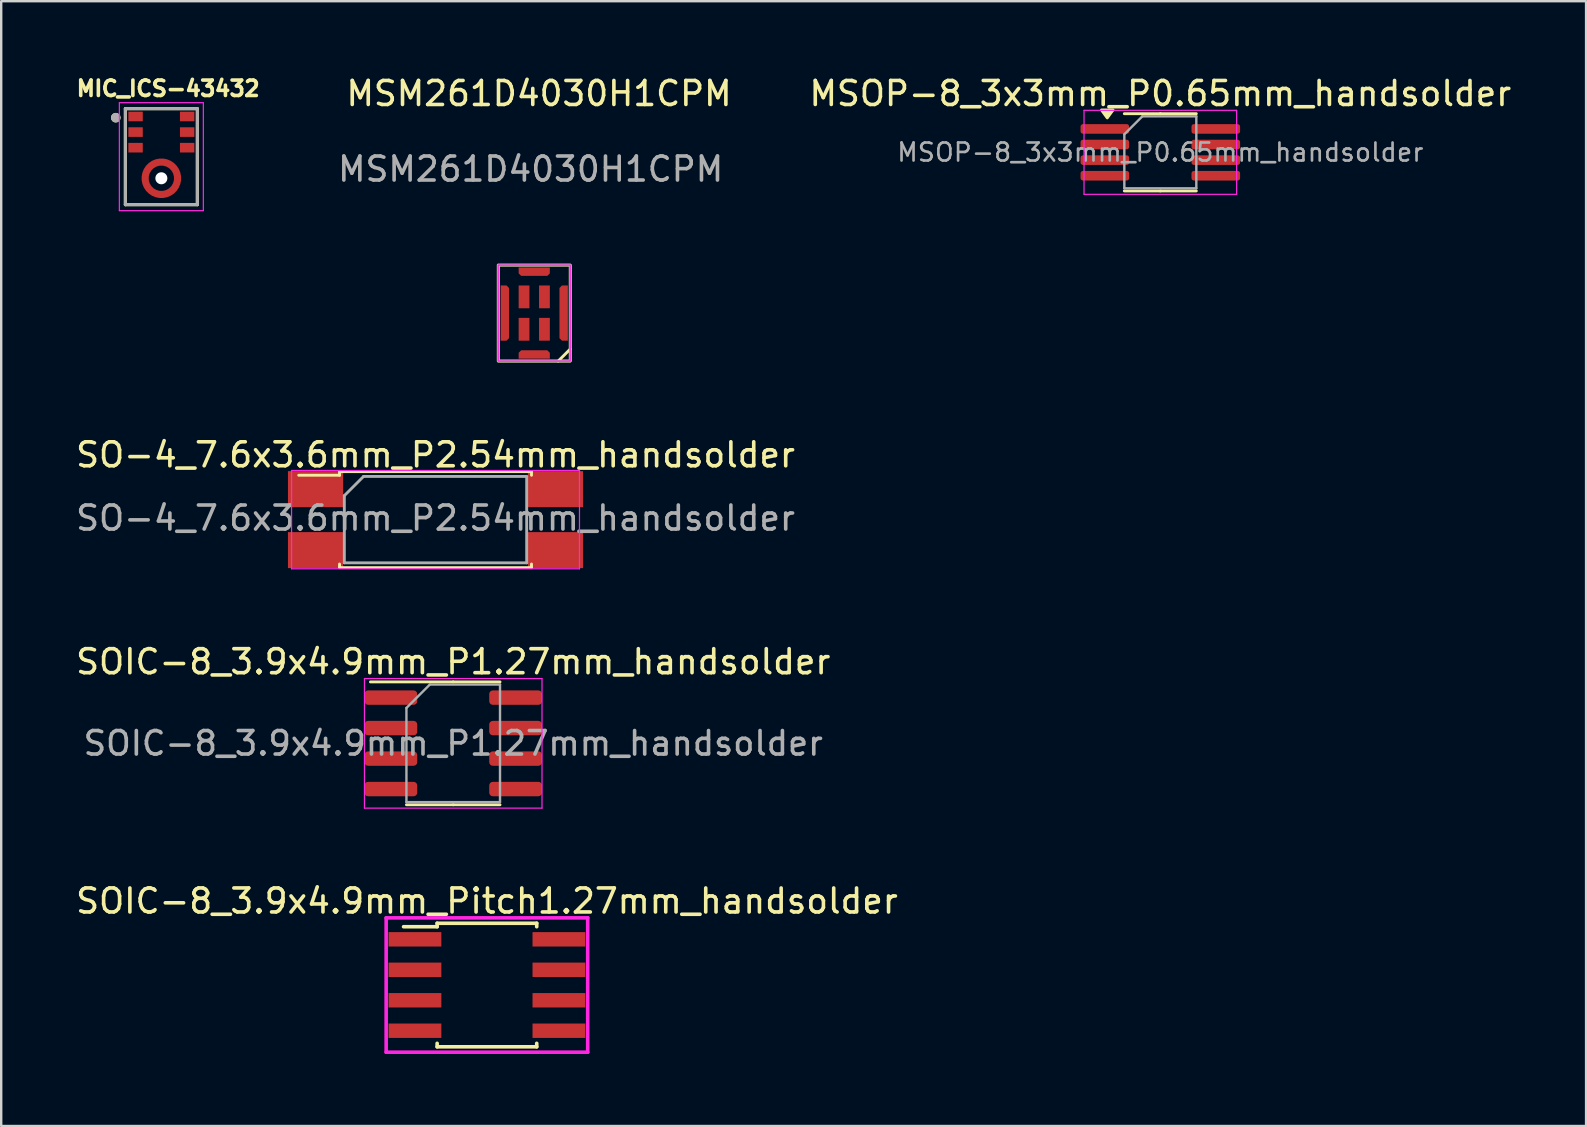
<source format=kicad_pcb>
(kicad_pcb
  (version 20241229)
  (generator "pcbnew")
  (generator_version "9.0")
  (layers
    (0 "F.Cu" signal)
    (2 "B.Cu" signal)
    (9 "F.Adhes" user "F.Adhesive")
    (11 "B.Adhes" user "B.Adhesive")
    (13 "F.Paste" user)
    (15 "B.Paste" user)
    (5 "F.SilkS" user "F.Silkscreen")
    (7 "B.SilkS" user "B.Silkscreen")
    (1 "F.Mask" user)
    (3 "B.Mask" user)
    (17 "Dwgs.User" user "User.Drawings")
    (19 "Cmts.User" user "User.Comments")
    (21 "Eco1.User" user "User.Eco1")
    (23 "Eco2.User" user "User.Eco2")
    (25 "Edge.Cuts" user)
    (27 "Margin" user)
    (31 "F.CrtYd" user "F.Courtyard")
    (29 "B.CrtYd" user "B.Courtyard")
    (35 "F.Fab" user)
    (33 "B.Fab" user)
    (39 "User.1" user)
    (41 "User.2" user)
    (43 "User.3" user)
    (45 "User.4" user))
  (footprint "SO-4_7.6x3.6mm_P2.54mm_handsolder"
    (layer "F.Cu")
    (at 15.101 18.607)
    (property "Reference" "SO-4_7.6x3.6mm_P2.54mm_handsolder" (at 0 -2.7 0) (layer "F.SilkS") (effects (font (size 1 1) (thickness 0.15))))
    (attr smd)
    (fp_line (start -4 -2) (end 4 -2) (stroke (width 0.12) (type solid)) (layer "F.SilkS"))
    (fp_line (start -4 -1.85) (end -5.7 -1.85) (stroke (width 0.12) (type solid)) (layer "F.SilkS"))
    (fp_line (start -4 -1.85) (end -4 -2) (stroke (width 0.12) (type solid)) (layer "F.SilkS"))
    (fp_line (start -4 2) (end -4 1.85) (stroke (width 0.12) (type solid)) (layer "F.SilkS"))
    (fp_line (start 4 -2) (end 4 -1.85) (stroke (width 0.12) (type solid)) (layer "F.SilkS"))
    (fp_line (start 4 1.85) (end 4 2) (stroke (width 0.12) (type solid)) (layer "F.SilkS"))
    (fp_line (start 4 2) (end -4 2) (stroke (width 0.12) (type solid)) (layer "F.SilkS"))
    (fp_line (start -6 -2.05) (end -6 2.05) (stroke (width 0.05) (type solid)) (layer "F.CrtYd"))
    (fp_line (start -6 -2.05) (end 6 -2.05) (stroke (width 0.05) (type solid)) (layer "F.CrtYd"))
    (fp_line (start 6 2.05) (end -6 2.05) (stroke (width 0.05) (type solid)) (layer "F.CrtYd"))
    (fp_line (start 6 2.05) (end 6 -2.05) (stroke (width 0.05) (type solid)) (layer "F.CrtYd"))
    (fp_line (start -3.8 -1) (end -3 -1.8) (stroke (width 0.12) (type solid)) (layer "F.Fab"))
    (fp_line (start -3.8 1.8) (end -3.8 -1) (stroke (width 0.12) (type solid)) (layer "F.Fab"))
    (fp_line (start -3 -1.8) (end 3.8 -1.8) (stroke (width 0.12) (type solid)) (layer "F.Fab"))
    (fp_line (start 3.8 -1.8) (end 3.8 1.8) (stroke (width 0.12) (type solid)) (layer "F.Fab"))
    (fp_line (start 3.8 1.8) (end -3.8 1.8) (stroke (width 0.12) (type solid)) (layer "F.Fab"))
    (fp_text user "${REFERENCE}" (at 0 -0.065 0) (layer "F.Fab") (effects (font (size 1 1) (thickness 0.15))))
    (pad "1" smd rect (at -5 -1.27) (size 2.3 1.5) (layers "F.Cu" "F.Mask" "F.Paste"))
    (pad "2" smd rect (at -5 1.27) (size 2.3 1.5) (layers "F.Cu" "F.Mask" "F.Paste"))
    (pad "3" smd rect (at 5 1.27) (size 2.3 1.5) (layers "F.Cu" "F.Mask" "F.Paste"))
    (pad "4" smd rect (at 5 -1.27) (size 2.3 1.5) (layers "F.Cu" "F.Mask" "F.Paste")))
  (footprint "SOIC-8_3.9x4.9mm_Pitch1.27mm_handsolder"
    (layer "F.Cu")
    (at 17.244 38.003)
    (property "Reference" "SOIC-8_3.9x4.9mm_Pitch1.27mm_handsolder" (at 0 -3.5 0) (layer "F.SilkS") (effects (font (size 1 1) (thickness 0.15))))
    (attr smd)
    (fp_line (start -2.075 -2.575) (end -2.075 -2.43) (stroke (width 0.15) (type solid)) (layer "F.SilkS"))
    (fp_line (start -2.075 -2.575) (end 2.075 -2.575) (stroke (width 0.15) (type solid)) (layer "F.SilkS"))
    (fp_line (start -2.075 -2.43) (end -3.475 -2.43) (stroke (width 0.15) (type solid)) (layer "F.SilkS"))
    (fp_line (start -2.075 2.575) (end -2.075 2.43) (stroke (width 0.15) (type solid)) (layer "F.SilkS"))
    (fp_line (start -2.075 2.575) (end 2.075 2.575) (stroke (width 0.15) (type solid)) (layer "F.SilkS"))
    (fp_line (start 2.075 -2.575) (end 2.075 -2.43) (stroke (width 0.15) (type solid)) (layer "F.SilkS"))
    (fp_line (start 2.075 2.575) (end 2.075 2.43) (stroke (width 0.15) (type solid)) (layer "F.SilkS"))
    (fp_line (start -4.2 -2.8) (end -4.2 2.8) (stroke (width 0.15) (type solid)) (layer "F.CrtYd"))
    (fp_line (start -4.2 2.8) (end 4.2 2.8) (stroke (width 0.15) (type solid)) (layer "F.CrtYd"))
    (fp_line (start 4.2 -2.8) (end -4.2 -2.8) (stroke (width 0.15) (type solid)) (layer "F.CrtYd"))
    (fp_line (start 4.2 2.8) (end 4.2 -2.8) (stroke (width 0.15) (type solid)) (layer "F.CrtYd"))
    (pad "1" smd rect (at -3 -1.905) (size 2.2 0.6) (layers "F.Cu" "F.Mask" "F.Paste"))
    (pad "2" smd rect (at -3 -0.635) (size 2.2 0.6) (layers "F.Cu" "F.Mask" "F.Paste"))
    (pad "3" smd rect (at -3 0.635) (size 2.2 0.6) (layers "F.Cu" "F.Mask" "F.Paste"))
    (pad "4" smd rect (at -3 1.905) (size 2.2 0.6) (layers "F.Cu" "F.Mask" "F.Paste"))
    (pad "5" smd rect (at 3 1.905) (size 2.2 0.6) (layers "F.Cu" "F.Mask" "F.Paste"))
    (pad "6" smd rect (at 3 0.635) (size 2.2 0.6) (layers "F.Cu" "F.Mask" "F.Paste"))
    (pad "7" smd rect (at 3 -0.635) (size 2.2 0.6) (layers "F.Cu" "F.Mask" "F.Paste"))
    (pad "8" smd rect (at 3 -1.905) (size 2.2 0.6) (layers "F.Cu" "F.Mask" "F.Paste")))
  (footprint "MSOP-8_3x3mm_P0.65mm_handsolder"
    (layer "F.Cu")
    (at 45.309 3.298)
    (property "Reference" "MSOP-8_3x3mm_P0.65mm_handsolder" (at 0 -2.45 0) (layer "F.SilkS") (effects (font (size 1 1) (thickness 0.15))))
    (attr smd)
    (fp_line (start 0 -1.61) (end -1.5 -1.61) (stroke (width 0.12) (type solid)) (layer "F.SilkS"))
    (fp_line (start 0 -1.61) (end 1.5 -1.61) (stroke (width 0.12) (type solid)) (layer "F.SilkS"))
    (fp_line (start 0 1.61) (end -1.5 1.61) (stroke (width 0.12) (type solid)) (layer "F.SilkS"))
    (fp_line (start 0 1.61) (end 1.5 1.61) (stroke (width 0.12) (type solid)) (layer "F.SilkS"))
    (fp_poly (pts (xy -2.212 -1.435) (xy -2.453 -1.765) (xy -1.972 -1.765) (xy -2.212 -1.435)) (stroke (width 0.12) (type solid)) (fill yes) (layer "F.SilkS"))
    (fp_line (start -3.18 -1.75) (end -3.18 1.75) (stroke (width 0.05) (type solid)) (layer "F.CrtYd"))
    (fp_line (start -3.18 1.75) (end 3.18 1.75) (stroke (width 0.05) (type solid)) (layer "F.CrtYd"))
    (fp_line (start 3.18 -1.75) (end -3.18 -1.75) (stroke (width 0.05) (type solid)) (layer "F.CrtYd"))
    (fp_line (start 3.18 1.75) (end 3.18 -1.75) (stroke (width 0.05) (type solid)) (layer "F.CrtYd"))
    (fp_line (start -1.5 -0.75) (end -0.75 -1.5) (stroke (width 0.1) (type solid)) (layer "F.Fab"))
    (fp_line (start -1.5 1.5) (end -1.5 -0.75) (stroke (width 0.1) (type solid)) (layer "F.Fab"))
    (fp_line (start -0.75 -1.5) (end 1.5 -1.5) (stroke (width 0.1) (type solid)) (layer "F.Fab"))
    (fp_line (start 1.5 -1.5) (end 1.5 1.5) (stroke (width 0.1) (type solid)) (layer "F.Fab"))
    (fp_line (start 1.5 1.5) (end -1.5 1.5) (stroke (width 0.1) (type solid)) (layer "F.Fab"))
    (fp_text user "${REFERENCE}" (at 0 0 0) (layer "F.Fab") (effects (font (size 0.75 0.75) (thickness 0.11))))
    (pad "1" smd roundrect (at -2.312 -0.975) (size 2.025 0.4) (layers "F.Cu" "F.Mask" "F.Paste") (roundrect_rratio 0.25))
    (pad "2" smd roundrect (at -2.312 -0.325) (size 2.025 0.4) (layers "F.Cu" "F.Mask" "F.Paste") (roundrect_rratio 0.25))
    (pad "3" smd roundrect (at -2.312 0.325) (size 2.025 0.4) (layers "F.Cu" "F.Mask" "F.Paste") (roundrect_rratio 0.25))
    (pad "4" smd roundrect (at -2.312 0.975) (size 2.025 0.4) (layers "F.Cu" "F.Mask" "F.Paste") (roundrect_rratio 0.25))
    (pad "5" smd roundrect (at 2.312 0.975) (size 2.025 0.4) (layers "F.Cu" "F.Mask" "F.Paste") (roundrect_rratio 0.25))
    (pad "6" smd roundrect (at 2.312 0.325) (size 2.025 0.4) (layers "F.Cu" "F.Mask" "F.Paste") (roundrect_rratio 0.25))
    (pad "7" smd roundrect (at 2.312 -0.325) (size 2.025 0.4) (layers "F.Cu" "F.Mask" "F.Paste") (roundrect_rratio 0.25))
    (pad "8" smd roundrect (at 2.312 -0.975) (size 2.025 0.4) (layers "F.Cu" "F.Mask" "F.Paste") (roundrect_rratio 0.25)))
  (footprint "MIC_ICS-43432"
    (layer "F.Cu")
    (at 3.675 3.48)
    (property "Reference" "MIC_ICS-43432" (at 0.283 -2.841 0) (layer "F.SilkS") (effects (font (size 0.643 0.643) (thickness 0.15))))
    (attr through_hole)
    (fp_circle (center 0 0.9) (end 0.67 0.9) (stroke (width 0.5) (type solid)) (fill no) (layer "F.Mask"))
    (fp_line (start -1.5 -2) (end 1.5 -2) (stroke (width 0.127) (type solid)) (layer "F.SilkS"))
    (fp_line (start -1.5 2) (end -1.5 -2) (stroke (width 0.127) (type solid)) (layer "F.SilkS"))
    (fp_line (start 1.5 -2) (end 1.5 2) (stroke (width 0.127) (type solid)) (layer "F.SilkS"))
    (fp_line (start 1.5 2) (end -1.5 2) (stroke (width 0.127) (type solid)) (layer "F.SilkS"))
    (fp_circle (center -1.9 -1.625) (end -1.8 -1.625) (stroke (width 0.2) (type solid)) (fill no) (layer "F.SilkS"))
    (fp_arc (start -0.68 0.73) (mid -0.493327 0.406673) (end -0.17 0.22) (stroke (width 0.24) (type solid)) (layer "F.Paste"))
    (fp_arc (start -0.17 1.58) (mid -0.493327 1.393327) (end -0.68 1.07) (stroke (width 0.24) (type solid)) (layer "F.Paste"))
    (fp_arc (start 0.17 0.22) (mid 0.493327 0.406673) (end 0.68 0.73) (stroke (width 0.24) (type solid)) (layer "F.Paste"))
    (fp_arc (start 0.68 1.07) (mid 0.493327 1.393327) (end 0.17 1.58) (stroke (width 0.24) (type solid)) (layer "F.Paste"))
    (fp_poly (pts (xy -1.325 -1.825) (xy -0.825 -1.825) (xy -0.825 -1.525) (xy -1.325 -1.525)) (stroke (width 0.01) (type solid)) (fill yes) (layer "F.Paste"))
    (fp_poly (pts (xy -1.325 -1.175) (xy -0.825 -1.175) (xy -0.825 -0.875) (xy -1.325 -0.875)) (stroke (width 0.01) (type solid)) (fill yes) (layer "F.Paste"))
    (fp_poly (pts (xy -1.325 -0.525) (xy -0.825 -0.525) (xy -0.825 -0.225) (xy -1.325 -0.225)) (stroke (width 0.01) (type solid)) (fill yes) (layer "F.Paste"))
    (fp_poly (pts (xy 0.825 -1.825) (xy 1.325 -1.825) (xy 1.325 -1.525) (xy 0.825 -1.525)) (stroke (width 0.01) (type solid)) (fill yes) (layer "F.Paste"))
    (fp_poly (pts (xy 0.825 -1.175) (xy 1.325 -1.175) (xy 1.325 -0.875) (xy 0.825 -0.875)) (stroke (width 0.01) (type solid)) (fill yes) (layer "F.Paste"))
    (fp_poly (pts (xy 0.825 -0.525) (xy 1.325 -0.525) (xy 1.325 -0.225) (xy 0.825 -0.225)) (stroke (width 0.01) (type solid)) (fill yes) (layer "F.Paste"))
    (fp_line (start -1.75 -2.25) (end 1.75 -2.25) (stroke (width 0.05) (type solid)) (layer "F.CrtYd"))
    (fp_line (start -1.75 2.25) (end -1.75 -2.25) (stroke (width 0.05) (type solid)) (layer "F.CrtYd"))
    (fp_line (start 1.75 -2.25) (end 1.75 2.25) (stroke (width 0.05) (type solid)) (layer "F.CrtYd"))
    (fp_line (start 1.75 2.25) (end -1.75 2.25) (stroke (width 0.05) (type solid)) (layer "F.CrtYd"))
    (fp_line (start -1.5 -2) (end 1.5 -2) (stroke (width 0.127) (type solid)) (layer "F.Fab"))
    (fp_line (start -1.5 2) (end -1.5 -2) (stroke (width 0.127) (type solid)) (layer "F.Fab"))
    (fp_line (start 1.5 -2) (end 1.5 2) (stroke (width 0.127) (type solid)) (layer "F.Fab"))
    (fp_line (start 1.5 2) (end -1.5 2) (stroke (width 0.127) (type solid)) (layer "F.Fab"))
    (fp_circle (center -1.9 -1.625) (end -1.8 -1.625) (stroke (width 0.2) (type solid)) (fill no) (layer "F.Fab"))
    (pad "" np_thru_hole circle (at 0 0.9) (size 0.5 0.5) (drill 0.5) (layers "*.Cu" "*.Mask"))
    (pad "1" smd rect (at -1.075 -1.675) (size 0.6 0.4) (layers "F.Cu" "F.Mask"))
    (pad "2" smd rect (at -1.075 -1.025) (size 0.6 0.4) (layers "F.Cu" "F.Mask"))
    (pad "3" smd rect (at -1.075 -0.375) (size 0.6 0.4) (layers "F.Cu" "F.Mask"))
    (pad "4" smd custom (at 0 1.55) (size 0.1 0.1) (layers "F.Cu") (options (anchor rect)) (primitives (gr_circle (center 0 -0.65) (end 0.675 -0.65) (width 0.3) (fill no))))
    (pad "5" smd rect (at 1.075 -0.375) (size 0.6 0.4) (layers "F.Cu" "F.Mask"))
    (pad "6" smd rect (at 1.075 -1.025) (size 0.6 0.4) (layers "F.Cu" "F.Mask"))
    (pad "7" smd rect (at 1.075 -1.675) (size 0.6 0.4) (layers "F.Cu" "F.Mask")))
  (footprint "SOIC-8_3.9x4.9mm_P1.27mm_handsolder"
    (layer "F.Cu")
    (at 15.839 27.93)
    (property "Reference" "SOIC-8_3.9x4.9mm_P1.27mm_handsolder" (at 0 -3.4 0) (layer "F.SilkS") (effects (font (size 1 1) (thickness 0.15))))
    (attr smd)
    (fp_line (start 0 -2.56) (end -3.45 -2.56) (stroke (width 0.12) (type solid)) (layer "F.SilkS"))
    (fp_line (start 0 -2.56) (end 1.95 -2.56) (stroke (width 0.12) (type solid)) (layer "F.SilkS"))
    (fp_line (start 0 2.56) (end -1.95 2.56) (stroke (width 0.12) (type solid)) (layer "F.SilkS"))
    (fp_line (start 0 2.56) (end 1.95 2.56) (stroke (width 0.12) (type solid)) (layer "F.SilkS"))
    (fp_line (start -3.7 -2.7) (end -3.7 2.7) (stroke (width 0.05) (type solid)) (layer "F.CrtYd"))
    (fp_line (start -3.7 2.7) (end 3.7 2.7) (stroke (width 0.05) (type solid)) (layer "F.CrtYd"))
    (fp_line (start 3.7 -2.7) (end -3.7 -2.7) (stroke (width 0.05) (type solid)) (layer "F.CrtYd"))
    (fp_line (start 3.7 2.7) (end 3.7 -2.7) (stroke (width 0.05) (type solid)) (layer "F.CrtYd"))
    (fp_line (start -1.95 -1.475) (end -0.975 -2.45) (stroke (width 0.1) (type solid)) (layer "F.Fab"))
    (fp_line (start -1.95 2.45) (end -1.95 -1.475) (stroke (width 0.1) (type solid)) (layer "F.Fab"))
    (fp_line (start -0.975 -2.45) (end 1.95 -2.45) (stroke (width 0.1) (type solid)) (layer "F.Fab"))
    (fp_line (start 1.95 -2.45) (end 1.95 2.45) (stroke (width 0.1) (type solid)) (layer "F.Fab"))
    (fp_line (start 1.95 2.45) (end -1.95 2.45) (stroke (width 0.1) (type solid)) (layer "F.Fab"))
    (fp_text user "${REFERENCE}" (at 0 0 0) (layer "F.Fab") (effects (font (size 0.98 0.98) (thickness 0.15))))
    (pad "1" smd roundrect (at -2.6 -1.905) (size 2.2 0.6) (layers "F.Cu" "F.Mask" "F.Paste") (roundrect_rratio 0.25))
    (pad "2" smd roundrect (at -2.6 -0.635) (size 2.2 0.6) (layers "F.Cu" "F.Mask" "F.Paste") (roundrect_rratio 0.25))
    (pad "3" smd roundrect (at -2.6 0.635) (size 2.2 0.6) (layers "F.Cu" "F.Mask" "F.Paste") (roundrect_rratio 0.25))
    (pad "4" smd roundrect (at -2.6 1.905) (size 2.2 0.6) (layers "F.Cu" "F.Mask" "F.Paste") (roundrect_rratio 0.25))
    (pad "5" smd roundrect (at 2.6 1.905) (size 2.2 0.6) (layers "F.Cu" "F.Mask" "F.Paste") (roundrect_rratio 0.25))
    (pad "6" smd roundrect (at 2.6 0.635) (size 2.2 0.6) (layers "F.Cu" "F.Mask" "F.Paste") (roundrect_rratio 0.25))
    (pad "7" smd roundrect (at 2.6 -0.635) (size 2.2 0.6) (layers "F.Cu" "F.Mask" "F.Paste") (roundrect_rratio 0.25))
    (pad "8" smd roundrect (at 2.6 -1.905) (size 2.2 0.6) (layers "F.Cu" "F.Mask" "F.Paste") (roundrect_rratio 0.25)))
  (footprint "MSM261D4030H1CPM"
    (layer "F.Cu")
    (at 19.216 9.998)
    (property "Reference" "MSM261D4030H1CPM" (at 0.2 -9.15 0) (unlocked yes) (layer "F.SilkS") (effects (font (size 1 1) (thickness 0.15))))
    (attr smd)
    (fp_line (start 1 2) (end 1.5 1.5) (stroke (width 0.12) (type solid)) (layer "F.SilkS"))
    (fp_rect (start -1.5 -2) (end 1.5 2) (stroke (width 0.12) (type solid)) (fill no) (layer "F.SilkS"))
    (fp_rect (start -1.5 2) (end 1.5 -2) (stroke (width 0.05) (type solid)) (fill no) (layer "F.CrtYd"))
    (fp_rect (start -1.5 2) (end 1.5 -2) (stroke (width 0.1) (type solid)) (fill no) (layer "F.Fab"))
    (fp_text user "${REFERENCE}" (at -0.15 -6 0) (unlocked yes) (layer "F.Fab") (effects (font (size 1 1) (thickness 0.15))))
    (pad "1" smd rect (at 0.425 0.675) (size 0.45 0.95) (layers "F.Cu" "F.Mask" "F.Paste"))
    (pad "2" smd rect (at 0.425 -0.675) (size 0.45 0.95) (layers "F.Cu" "F.Mask" "F.Paste"))
    (pad "3" smd rect (at -0.425 -0.675) (size 0.45 0.95) (layers "F.Cu" "F.Mask" "F.Paste"))
    (pad "4" smd rect (at -0.425 0.675) (size 0.45 0.95) (layers "F.Cu" "F.Mask" "F.Paste"))
    (pad "5" smd roundrect (at 0 1.725) (size 1.3 0.35) (layers "F.Cu" "F.Mask" "F.Paste") (roundrect_rratio 0) (chamfer_ratio 0.3) (chamfer top_left top_right))
    (pad "6" smd roundrect (at 1.225 0 180) (size 0.35 2.3) (layers "F.Cu" "F.Mask" "F.Paste") (roundrect_rratio 0) (chamfer_ratio 0.3) (chamfer top_right bottom_right))
    (pad "7" smd roundrect (at 0 -1.725) (size 1.3 0.35) (layers "F.Cu" "F.Mask" "F.Paste") (roundrect_rratio 0) (chamfer_ratio 0.3) (chamfer bottom_left bottom_right))
    (pad "8" smd roundrect (at -1.225 0) (size 0.35 2.3) (layers "F.Cu" "F.Mask" "F.Paste") (roundrect_rratio 0) (chamfer_ratio 0.3) (chamfer top_right bottom_right)))
  (gr_rect
    (start -3 -3)
    (end 63.053 43.878)
    (stroke (width 0.1) (type default))
    (fill no)
    (layer "Edge.Cuts")))
</source>
